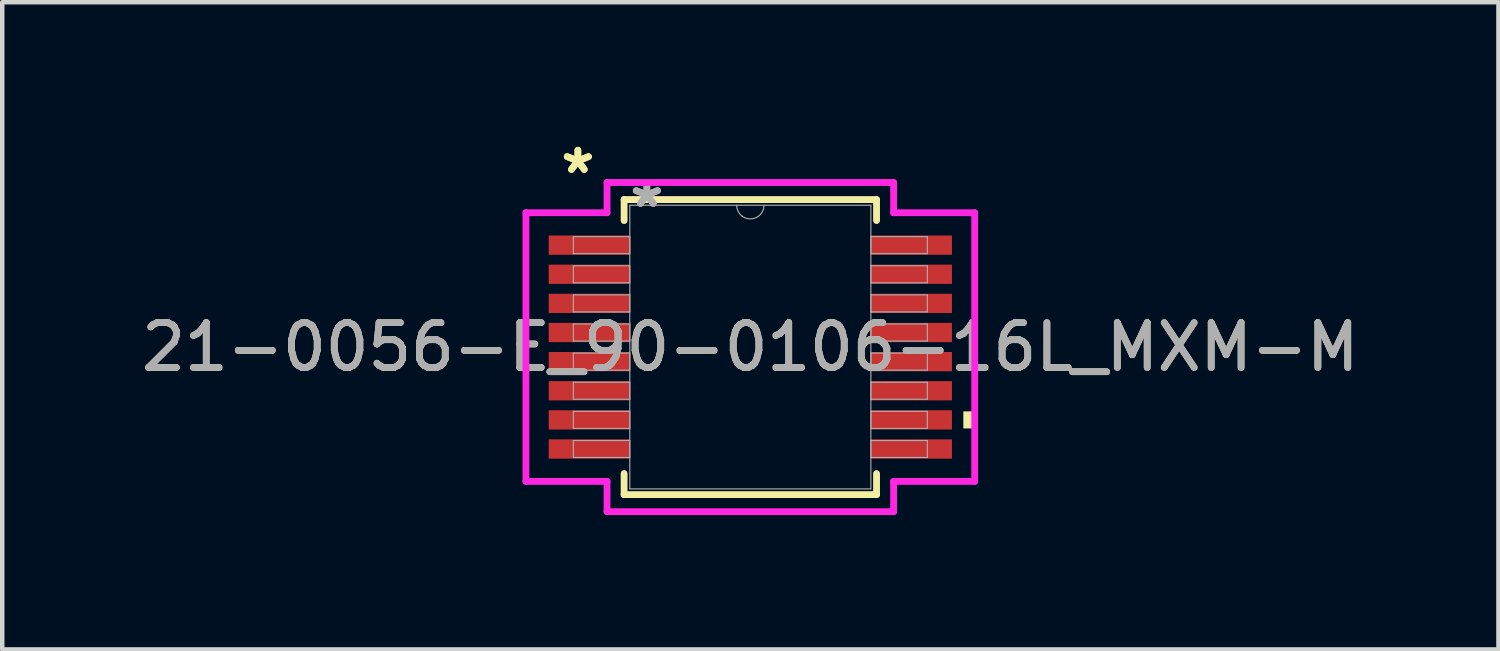
<source format=kicad_pcb>
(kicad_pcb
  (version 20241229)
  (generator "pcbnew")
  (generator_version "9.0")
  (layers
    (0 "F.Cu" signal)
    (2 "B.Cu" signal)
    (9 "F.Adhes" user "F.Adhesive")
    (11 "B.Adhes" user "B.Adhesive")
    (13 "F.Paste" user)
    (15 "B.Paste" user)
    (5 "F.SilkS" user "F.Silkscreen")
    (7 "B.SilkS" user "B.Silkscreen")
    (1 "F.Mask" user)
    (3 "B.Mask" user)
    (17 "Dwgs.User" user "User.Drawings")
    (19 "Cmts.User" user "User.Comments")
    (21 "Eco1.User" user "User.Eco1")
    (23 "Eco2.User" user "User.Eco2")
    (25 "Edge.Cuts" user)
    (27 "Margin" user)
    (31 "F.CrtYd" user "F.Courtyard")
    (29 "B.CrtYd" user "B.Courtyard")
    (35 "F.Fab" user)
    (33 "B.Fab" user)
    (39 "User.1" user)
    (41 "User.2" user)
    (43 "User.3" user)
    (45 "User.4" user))
  (footprint "21-0056-E_90-0106-16L_MXM-M"
    (layer "F.Cu")
    (at 13.696 4.696)
    (property "Reference" "21-0056-E_90-0106-16L_MXM-M" (at 0 0 0) (unlocked yes) (layer "F.SilkS") (effects (font (size 1 1) (thickness 0.15))))
    (attr smd)
    (fp_line (start -2.817 -3.292) (end -2.817 -2.823) (stroke (width 0.152) (type solid)) (layer "F.SilkS"))
    (fp_line (start -2.817 2.823) (end -2.817 3.292) (stroke (width 0.152) (type solid)) (layer "F.SilkS"))
    (fp_line (start -2.817 3.292) (end 2.817 3.292) (stroke (width 0.152) (type solid)) (layer "F.SilkS"))
    (fp_line (start 2.817 -3.292) (end -2.817 -3.292) (stroke (width 0.152) (type solid)) (layer "F.SilkS"))
    (fp_line (start 2.817 -2.823) (end 2.817 -3.292) (stroke (width 0.152) (type solid)) (layer "F.SilkS"))
    (fp_line (start 2.817 3.292) (end 2.817 2.823) (stroke (width 0.152) (type solid)) (layer "F.SilkS"))
    (fp_poly (pts (xy 5.008 1.435) (xy 5.008 1.816) (xy 4.754 1.816) (xy 4.754 1.435)) (stroke (width 0) (type solid)) (fill yes) (layer "F.SilkS"))
    (fp_line (start -5.008 -2.998) (end -3.198 -2.998) (stroke (width 0.152) (type solid)) (layer "F.CrtYd"))
    (fp_line (start -5.008 2.998) (end -5.008 -2.998) (stroke (width 0.152) (type solid)) (layer "F.CrtYd"))
    (fp_line (start -5.008 2.998) (end -3.198 2.998) (stroke (width 0.152) (type solid)) (layer "F.CrtYd"))
    (fp_line (start -3.198 -3.673) (end 3.198 -3.673) (stroke (width 0.152) (type solid)) (layer "F.CrtYd"))
    (fp_line (start -3.198 -2.998) (end -3.198 -3.673) (stroke (width 0.152) (type solid)) (layer "F.CrtYd"))
    (fp_line (start -3.198 3.673) (end -3.198 2.998) (stroke (width 0.152) (type solid)) (layer "F.CrtYd"))
    (fp_line (start 3.198 -3.673) (end 3.198 -2.998) (stroke (width 0.152) (type solid)) (layer "F.CrtYd"))
    (fp_line (start 3.198 2.998) (end 3.198 3.673) (stroke (width 0.152) (type solid)) (layer "F.CrtYd"))
    (fp_line (start 3.198 3.673) (end -3.198 3.673) (stroke (width 0.152) (type solid)) (layer "F.CrtYd"))
    (fp_line (start 5.008 -2.998) (end 3.198 -2.998) (stroke (width 0.152) (type solid)) (layer "F.CrtYd"))
    (fp_line (start 5.008 -2.998) (end 5.008 2.998) (stroke (width 0.152) (type solid)) (layer "F.CrtYd"))
    (fp_line (start 5.008 2.998) (end 3.198 2.998) (stroke (width 0.152) (type solid)) (layer "F.CrtYd"))
    (fp_line (start -3.95 -2.465) (end -3.95 -2.085) (stroke (width 0.025) (type solid)) (layer "F.Fab"))
    (fp_line (start -3.95 -2.085) (end -2.69 -2.085) (stroke (width 0.025) (type solid)) (layer "F.Fab"))
    (fp_line (start -3.95 -1.815) (end -3.95 -1.435) (stroke (width 0.025) (type solid)) (layer "F.Fab"))
    (fp_line (start -3.95 -1.435) (end -2.69 -1.435) (stroke (width 0.025) (type solid)) (layer "F.Fab"))
    (fp_line (start -3.95 -1.165) (end -3.95 -0.785) (stroke (width 0.025) (type solid)) (layer "F.Fab"))
    (fp_line (start -3.95 -0.785) (end -2.69 -0.785) (stroke (width 0.025) (type solid)) (layer "F.Fab"))
    (fp_line (start -3.95 -0.515) (end -3.95 -0.135) (stroke (width 0.025) (type solid)) (layer "F.Fab"))
    (fp_line (start -3.95 -0.135) (end -2.69 -0.135) (stroke (width 0.025) (type solid)) (layer "F.Fab"))
    (fp_line (start -3.95 0.135) (end -3.95 0.515) (stroke (width 0.025) (type solid)) (layer "F.Fab"))
    (fp_line (start -3.95 0.515) (end -2.69 0.515) (stroke (width 0.025) (type solid)) (layer "F.Fab"))
    (fp_line (start -3.95 0.785) (end -3.95 1.165) (stroke (width 0.025) (type solid)) (layer "F.Fab"))
    (fp_line (start -3.95 1.165) (end -2.69 1.165) (stroke (width 0.025) (type solid)) (layer "F.Fab"))
    (fp_line (start -3.95 1.435) (end -3.95 1.815) (stroke (width 0.025) (type solid)) (layer "F.Fab"))
    (fp_line (start -3.95 1.815) (end -2.69 1.815) (stroke (width 0.025) (type solid)) (layer "F.Fab"))
    (fp_line (start -3.95 2.085) (end -3.95 2.465) (stroke (width 0.025) (type solid)) (layer "F.Fab"))
    (fp_line (start -3.95 2.465) (end -2.69 2.465) (stroke (width 0.025) (type solid)) (layer "F.Fab"))
    (fp_line (start -2.69 -3.165) (end -2.69 3.165) (stroke (width 0.025) (type solid)) (layer "F.Fab"))
    (fp_line (start -2.69 -2.465) (end -3.95 -2.465) (stroke (width 0.025) (type solid)) (layer "F.Fab"))
    (fp_line (start -2.69 -2.085) (end -2.69 -2.465) (stroke (width 0.025) (type solid)) (layer "F.Fab"))
    (fp_line (start -2.69 -1.815) (end -3.95 -1.815) (stroke (width 0.025) (type solid)) (layer "F.Fab"))
    (fp_line (start -2.69 -1.435) (end -2.69 -1.815) (stroke (width 0.025) (type solid)) (layer "F.Fab"))
    (fp_line (start -2.69 -1.165) (end -3.95 -1.165) (stroke (width 0.025) (type solid)) (layer "F.Fab"))
    (fp_line (start -2.69 -0.785) (end -2.69 -1.165) (stroke (width 0.025) (type solid)) (layer "F.Fab"))
    (fp_line (start -2.69 -0.515) (end -3.95 -0.515) (stroke (width 0.025) (type solid)) (layer "F.Fab"))
    (fp_line (start -2.69 -0.135) (end -2.69 -0.515) (stroke (width 0.025) (type solid)) (layer "F.Fab"))
    (fp_line (start -2.69 0.135) (end -3.95 0.135) (stroke (width 0.025) (type solid)) (layer "F.Fab"))
    (fp_line (start -2.69 0.515) (end -2.69 0.135) (stroke (width 0.025) (type solid)) (layer "F.Fab"))
    (fp_line (start -2.69 0.785) (end -3.95 0.785) (stroke (width 0.025) (type solid)) (layer "F.Fab"))
    (fp_line (start -2.69 1.165) (end -2.69 0.785) (stroke (width 0.025) (type solid)) (layer "F.Fab"))
    (fp_line (start -2.69 1.435) (end -3.95 1.435) (stroke (width 0.025) (type solid)) (layer "F.Fab"))
    (fp_line (start -2.69 1.815) (end -2.69 1.435) (stroke (width 0.025) (type solid)) (layer "F.Fab"))
    (fp_line (start -2.69 2.085) (end -3.95 2.085) (stroke (width 0.025) (type solid)) (layer "F.Fab"))
    (fp_line (start -2.69 2.465) (end -2.69 2.085) (stroke (width 0.025) (type solid)) (layer "F.Fab"))
    (fp_line (start -2.69 3.165) (end 2.69 3.165) (stroke (width 0.025) (type solid)) (layer "F.Fab"))
    (fp_line (start 2.69 -3.165) (end -2.69 -3.165) (stroke (width 0.025) (type solid)) (layer "F.Fab"))
    (fp_line (start 2.69 -2.465) (end 2.69 -2.085) (stroke (width 0.025) (type solid)) (layer "F.Fab"))
    (fp_line (start 2.69 -2.085) (end 3.95 -2.085) (stroke (width 0.025) (type solid)) (layer "F.Fab"))
    (fp_line (start 2.69 -1.815) (end 2.69 -1.435) (stroke (width 0.025) (type solid)) (layer "F.Fab"))
    (fp_line (start 2.69 -1.435) (end 3.95 -1.435) (stroke (width 0.025) (type solid)) (layer "F.Fab"))
    (fp_line (start 2.69 -1.165) (end 2.69 -0.785) (stroke (width 0.025) (type solid)) (layer "F.Fab"))
    (fp_line (start 2.69 -0.785) (end 3.95 -0.785) (stroke (width 0.025) (type solid)) (layer "F.Fab"))
    (fp_line (start 2.69 -0.515) (end 2.69 -0.135) (stroke (width 0.025) (type solid)) (layer "F.Fab"))
    (fp_line (start 2.69 -0.135) (end 3.95 -0.135) (stroke (width 0.025) (type solid)) (layer "F.Fab"))
    (fp_line (start 2.69 0.135) (end 2.69 0.515) (stroke (width 0.025) (type solid)) (layer "F.Fab"))
    (fp_line (start 2.69 0.515) (end 3.95 0.515) (stroke (width 0.025) (type solid)) (layer "F.Fab"))
    (fp_line (start 2.69 0.785) (end 2.69 1.165) (stroke (width 0.025) (type solid)) (layer "F.Fab"))
    (fp_line (start 2.69 1.165) (end 3.95 1.165) (stroke (width 0.025) (type solid)) (layer "F.Fab"))
    (fp_line (start 2.69 1.435) (end 2.69 1.815) (stroke (width 0.025) (type solid)) (layer "F.Fab"))
    (fp_line (start 2.69 1.815) (end 3.95 1.815) (stroke (width 0.025) (type solid)) (layer "F.Fab"))
    (fp_line (start 2.69 2.085) (end 2.69 2.465) (stroke (width 0.025) (type solid)) (layer "F.Fab"))
    (fp_line (start 2.69 2.465) (end 3.95 2.465) (stroke (width 0.025) (type solid)) (layer "F.Fab"))
    (fp_line (start 2.69 3.165) (end 2.69 -3.165) (stroke (width 0.025) (type solid)) (layer "F.Fab"))
    (fp_line (start 3.95 -2.465) (end 2.69 -2.465) (stroke (width 0.025) (type solid)) (layer "F.Fab"))
    (fp_line (start 3.95 -2.085) (end 3.95 -2.465) (stroke (width 0.025) (type solid)) (layer "F.Fab"))
    (fp_line (start 3.95 -1.815) (end 2.69 -1.815) (stroke (width 0.025) (type solid)) (layer "F.Fab"))
    (fp_line (start 3.95 -1.435) (end 3.95 -1.815) (stroke (width 0.025) (type solid)) (layer "F.Fab"))
    (fp_line (start 3.95 -1.165) (end 2.69 -1.165) (stroke (width 0.025) (type solid)) (layer "F.Fab"))
    (fp_line (start 3.95 -0.785) (end 3.95 -1.165) (stroke (width 0.025) (type solid)) (layer "F.Fab"))
    (fp_line (start 3.95 -0.515) (end 2.69 -0.515) (stroke (width 0.025) (type solid)) (layer "F.Fab"))
    (fp_line (start 3.95 -0.135) (end 3.95 -0.515) (stroke (width 0.025) (type solid)) (layer "F.Fab"))
    (fp_line (start 3.95 0.135) (end 2.69 0.135) (stroke (width 0.025) (type solid)) (layer "F.Fab"))
    (fp_line (start 3.95 0.515) (end 3.95 0.135) (stroke (width 0.025) (type solid)) (layer "F.Fab"))
    (fp_line (start 3.95 0.785) (end 2.69 0.785) (stroke (width 0.025) (type solid)) (layer "F.Fab"))
    (fp_line (start 3.95 1.165) (end 3.95 0.785) (stroke (width 0.025) (type solid)) (layer "F.Fab"))
    (fp_line (start 3.95 1.435) (end 2.69 1.435) (stroke (width 0.025) (type solid)) (layer "F.Fab"))
    (fp_line (start 3.95 1.815) (end 3.95 1.435) (stroke (width 0.025) (type solid)) (layer "F.Fab"))
    (fp_line (start 3.95 2.085) (end 2.69 2.085) (stroke (width 0.025) (type solid)) (layer "F.Fab"))
    (fp_line (start 3.95 2.465) (end 3.95 2.085) (stroke (width 0.025) (type solid)) (layer "F.Fab"))
    (fp_arc (start 0.3048 -3.165) (mid 0 -2.8602) (end -0.3048 -3.165) (stroke (width 0.0254) (type solid)) (layer "F.Fab"))
    (fp_text user "*" (at -3.849 -3.848 0) (unlocked yes) (layer "F.SilkS") (effects (font (size 1 1) (thickness 0.15))))
    (fp_text user "*" (at -3.849 -3.848 0) (layer "F.SilkS") (effects (font (size 1 1) (thickness 0.15))))
    (fp_text user "${REFERENCE}" (at 0 0 0) (unlocked yes) (layer "F.Fab") (effects (font (size 1 1) (thickness 0.15))))
    (fp_text user "*" (at -2.309 -3.089 0) (layer "F.Fab") (effects (font (size 1 1) (thickness 0.15))))
    (fp_text user "*" (at -2.309 -3.089 0) (unlocked yes) (layer "F.Fab") (effects (font (size 1 1) (thickness 0.15))))
    (pad "1" smd rect (at -3.595 -2.275) (size 1.81 0.43) (layers "F.Cu" "F.Mask" "F.Paste"))
    (pad "2" smd rect (at -3.595 -1.625) (size 1.81 0.43) (layers "F.Cu" "F.Mask" "F.Paste"))
    (pad "3" smd rect (at -3.595 -0.975) (size 1.81 0.43) (layers "F.Cu" "F.Mask" "F.Paste"))
    (pad "4" smd rect (at -3.595 -0.325) (size 1.81 0.43) (layers "F.Cu" "F.Mask" "F.Paste"))
    (pad "5" smd rect (at -3.595 0.325) (size 1.81 0.43) (layers "F.Cu" "F.Mask" "F.Paste"))
    (pad "6" smd rect (at -3.595 0.975) (size 1.81 0.43) (layers "F.Cu" "F.Mask" "F.Paste"))
    (pad "7" smd rect (at -3.595 1.625) (size 1.81 0.43) (layers "F.Cu" "F.Mask" "F.Paste"))
    (pad "8" smd rect (at -3.595 2.275) (size 1.81 0.43) (layers "F.Cu" "F.Mask" "F.Paste"))
    (pad "9" smd rect (at 3.595 2.275) (size 1.81 0.43) (layers "F.Cu" "F.Mask" "F.Paste"))
    (pad "10" smd rect (at 3.595 1.625) (size 1.81 0.43) (layers "F.Cu" "F.Mask" "F.Paste"))
    (pad "11" smd rect (at 3.595 0.975) (size 1.81 0.43) (layers "F.Cu" "F.Mask" "F.Paste"))
    (pad "12" smd rect (at 3.595 0.325) (size 1.81 0.43) (layers "F.Cu" "F.Mask" "F.Paste"))
    (pad "13" smd rect (at 3.595 -0.325) (size 1.81 0.43) (layers "F.Cu" "F.Mask" "F.Paste"))
    (pad "14" smd rect (at 3.595 -0.975) (size 1.81 0.43) (layers "F.Cu" "F.Mask" "F.Paste"))
    (pad "15" smd rect (at 3.595 -1.625) (size 1.81 0.43) (layers "F.Cu" "F.Mask" "F.Paste"))
    (pad "16" smd rect (at 3.595 -2.275) (size 1.81 0.43) (layers "F.Cu" "F.Mask" "F.Paste")))
  (gr_rect
    (start -3 -3)
    (end 30.393 11.445)
    (stroke (width 0.1) (type default))
    (fill no)
    (layer "Edge.Cuts")))
</source>
